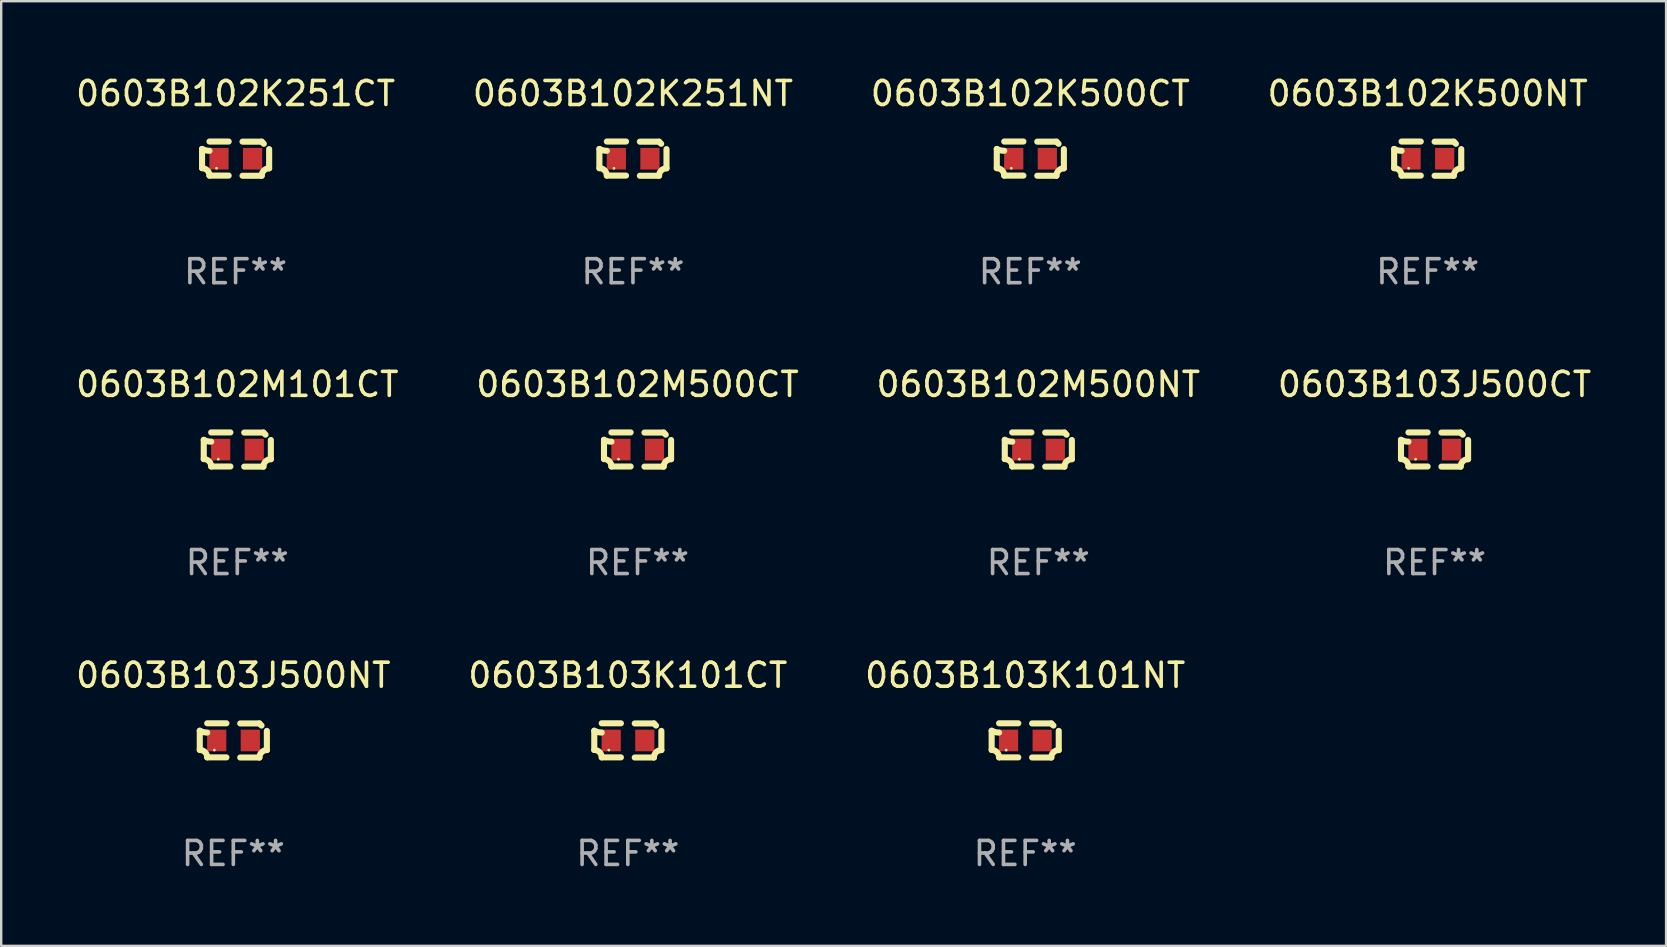
<source format=kicad_pcb>
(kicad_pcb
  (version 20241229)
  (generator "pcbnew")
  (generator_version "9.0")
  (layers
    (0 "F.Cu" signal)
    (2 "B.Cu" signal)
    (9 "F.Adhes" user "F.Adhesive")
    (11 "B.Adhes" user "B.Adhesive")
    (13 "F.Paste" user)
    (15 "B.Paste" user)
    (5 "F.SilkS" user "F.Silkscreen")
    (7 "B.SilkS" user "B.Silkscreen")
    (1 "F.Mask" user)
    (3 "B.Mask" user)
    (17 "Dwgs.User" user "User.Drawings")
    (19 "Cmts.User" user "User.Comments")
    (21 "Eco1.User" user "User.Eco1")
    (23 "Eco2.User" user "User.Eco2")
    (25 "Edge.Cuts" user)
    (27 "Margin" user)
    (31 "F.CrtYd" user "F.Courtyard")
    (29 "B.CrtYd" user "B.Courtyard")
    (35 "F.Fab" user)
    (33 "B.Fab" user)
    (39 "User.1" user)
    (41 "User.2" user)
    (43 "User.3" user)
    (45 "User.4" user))
  (footprint "0603B102K251NT"
    (layer "F.Cu")
    (at 23.327 3.561)
    (property "Reference" "0603B102K251NT" (at 0 -2.713 0) (layer "F.SilkS") (effects (font (size 1 1) (thickness 0.15))))
    (attr through_hole)
    (fp_line (start -1.398 -0.403) (end -1.398 0.397) (stroke (width 0.254) (type solid)) (layer "F.SilkS"))
    (fp_line (start -0.288 -0.713) (end -1.088 -0.713) (stroke (width 0.254) (type solid)) (layer "F.SilkS"))
    (fp_line (start -0.288 0.707) (end -1.088 0.707) (stroke (width 0.254) (type solid)) (layer "F.SilkS"))
    (fp_line (start 0.288 -0.707) (end 1.088 -0.707) (stroke (width 0.254) (type solid)) (layer "F.SilkS"))
    (fp_line (start 0.288 0.713) (end 1.088 0.713) (stroke (width 0.254) (type solid)) (layer "F.SilkS"))
    (fp_line (start 1.398 -0.397) (end 1.398 0.403) (stroke (width 0.254) (type solid)) (layer "F.SilkS"))
    (fp_arc (start -1.397789 0.397066) (mid -1.178701 0.487826) (end -1.08796 0.706922) (stroke (width 0.254001) (type solid)) (layer "F.SilkS"))
    (fp_arc (start -1.08796 -0.327176) (mid -1.247436 -0.346384) (end -1.39779 -0.402908) (stroke (width 0.254001) (type solid)) (layer "F.SilkS"))
    (fp_arc (start 1.087909 0.712738) (mid 1.178656 0.493655) (end 1.397739 0.402908) (stroke (width 0.254001) (type solid)) (layer "F.SilkS"))
    (fp_arc (start 1.175925 -0.618926) (mid 1.131917 -0.662923) (end 1.08791 -0.706922) (stroke (width 0.254001) (type solid)) (layer "F.SilkS"))
    (fp_circle (center -0.792 0.403) (end -0.762 0.403) (stroke (width 0.06) (type solid)) (fill no) (layer "F.SilkS"))
    (fp_text user "REF**" (at 0 4.713 0) (layer "F.Fab") (effects (font (size 1 1) (thickness 0.15))))
    (pad "1" smd rect (at -0.692 0.003) (size 0.8 0.9) (layers "F.Cu" "F.Mask" "F.Paste"))
    (pad "2" smd rect (at 0.708 0.003) (size 0.8 0.9) (layers "F.Cu" "F.Mask" "F.Paste")))
  (footprint "0603B102K500CT"
    (layer "F.Cu")
    (at 39.887 3.561)
    (property "Reference" "0603B102K500CT" (at 0 -2.713 0) (layer "F.SilkS") (effects (font (size 1 1) (thickness 0.15))))
    (attr through_hole)
    (fp_line (start -1.398 -0.403) (end -1.398 0.397) (stroke (width 0.254) (type solid)) (layer "F.SilkS"))
    (fp_line (start -0.288 -0.713) (end -1.088 -0.713) (stroke (width 0.254) (type solid)) (layer "F.SilkS"))
    (fp_line (start -0.288 0.707) (end -1.088 0.707) (stroke (width 0.254) (type solid)) (layer "F.SilkS"))
    (fp_line (start 0.288 -0.707) (end 1.088 -0.707) (stroke (width 0.254) (type solid)) (layer "F.SilkS"))
    (fp_line (start 0.288 0.713) (end 1.088 0.713) (stroke (width 0.254) (type solid)) (layer "F.SilkS"))
    (fp_line (start 1.398 -0.397) (end 1.398 0.403) (stroke (width 0.254) (type solid)) (layer "F.SilkS"))
    (fp_arc (start -1.397789 0.397066) (mid -1.178701 0.487826) (end -1.08796 0.706922) (stroke (width 0.254001) (type solid)) (layer "F.SilkS"))
    (fp_arc (start -1.08796 -0.327176) (mid -1.247436 -0.346384) (end -1.39779 -0.402908) (stroke (width 0.254001) (type solid)) (layer "F.SilkS"))
    (fp_arc (start 1.087909 0.712738) (mid 1.178656 0.493655) (end 1.397739 0.402908) (stroke (width 0.254001) (type solid)) (layer "F.SilkS"))
    (fp_arc (start 1.175925 -0.618926) (mid 1.131917 -0.662923) (end 1.08791 -0.706922) (stroke (width 0.254001) (type solid)) (layer "F.SilkS"))
    (fp_circle (center -0.792 0.403) (end -0.762 0.403) (stroke (width 0.06) (type solid)) (fill no) (layer "F.SilkS"))
    (fp_text user "REF**" (at 0 4.713 0) (layer "F.Fab") (effects (font (size 1 1) (thickness 0.15))))
    (pad "1" smd rect (at -0.692 0.003) (size 0.8 0.9) (layers "F.Cu" "F.Mask" "F.Paste"))
    (pad "2" smd rect (at 0.708 0.003) (size 0.8 0.9) (layers "F.Cu" "F.Mask" "F.Paste")))
  (footprint "0603B103K101CT"
    (layer "F.Cu")
    (at 23.113 27.805)
    (property "Reference" "0603B103K101CT" (at 0 -2.713 0) (layer "F.SilkS") (effects (font (size 1 1) (thickness 0.15))))
    (attr through_hole)
    (fp_line (start -1.398 -0.403) (end -1.398 0.397) (stroke (width 0.254) (type solid)) (layer "F.SilkS"))
    (fp_line (start -0.288 -0.713) (end -1.088 -0.713) (stroke (width 0.254) (type solid)) (layer "F.SilkS"))
    (fp_line (start -0.288 0.707) (end -1.088 0.707) (stroke (width 0.254) (type solid)) (layer "F.SilkS"))
    (fp_line (start 0.288 -0.707) (end 1.088 -0.707) (stroke (width 0.254) (type solid)) (layer "F.SilkS"))
    (fp_line (start 0.288 0.713) (end 1.088 0.713) (stroke (width 0.254) (type solid)) (layer "F.SilkS"))
    (fp_line (start 1.398 -0.397) (end 1.398 0.403) (stroke (width 0.254) (type solid)) (layer "F.SilkS"))
    (fp_arc (start -1.397789 0.397066) (mid -1.178701 0.487826) (end -1.08796 0.706922) (stroke (width 0.254001) (type solid)) (layer "F.SilkS"))
    (fp_arc (start -1.08796 -0.327176) (mid -1.247436 -0.346384) (end -1.39779 -0.402908) (stroke (width 0.254001) (type solid)) (layer "F.SilkS"))
    (fp_arc (start 1.087909 0.712738) (mid 1.178656 0.493655) (end 1.397739 0.402908) (stroke (width 0.254001) (type solid)) (layer "F.SilkS"))
    (fp_arc (start 1.175925 -0.618926) (mid 1.131917 -0.662923) (end 1.08791 -0.706922) (stroke (width 0.254001) (type solid)) (layer "F.SilkS"))
    (fp_circle (center -0.792 0.403) (end -0.762 0.403) (stroke (width 0.06) (type solid)) (fill no) (layer "F.SilkS"))
    (fp_text user "REF**" (at 0 4.713 0) (layer "F.Fab") (effects (font (size 1 1) (thickness 0.15))))
    (pad "1" smd rect (at -0.692 0.003) (size 0.8 0.9) (layers "F.Cu" "F.Mask" "F.Paste"))
    (pad "2" smd rect (at 0.708 0.003) (size 0.8 0.9) (layers "F.Cu" "F.Mask" "F.Paste")))
  (footprint "0603B103K101NT"
    (layer "F.Cu")
    (at 39.673 27.805)
    (property "Reference" "0603B103K101NT" (at 0 -2.713 0) (layer "F.SilkS") (effects (font (size 1 1) (thickness 0.15))))
    (attr through_hole)
    (fp_line (start -1.398 -0.403) (end -1.398 0.397) (stroke (width 0.254) (type solid)) (layer "F.SilkS"))
    (fp_line (start -0.288 -0.713) (end -1.088 -0.713) (stroke (width 0.254) (type solid)) (layer "F.SilkS"))
    (fp_line (start -0.288 0.707) (end -1.088 0.707) (stroke (width 0.254) (type solid)) (layer "F.SilkS"))
    (fp_line (start 0.288 -0.707) (end 1.088 -0.707) (stroke (width 0.254) (type solid)) (layer "F.SilkS"))
    (fp_line (start 0.288 0.713) (end 1.088 0.713) (stroke (width 0.254) (type solid)) (layer "F.SilkS"))
    (fp_line (start 1.398 -0.397) (end 1.398 0.403) (stroke (width 0.254) (type solid)) (layer "F.SilkS"))
    (fp_arc (start -1.397789 0.397066) (mid -1.178701 0.487826) (end -1.08796 0.706922) (stroke (width 0.254001) (type solid)) (layer "F.SilkS"))
    (fp_arc (start -1.08796 -0.327176) (mid -1.247436 -0.346384) (end -1.39779 -0.402908) (stroke (width 0.254001) (type solid)) (layer "F.SilkS"))
    (fp_arc (start 1.087909 0.712738) (mid 1.178656 0.493655) (end 1.397739 0.402908) (stroke (width 0.254001) (type solid)) (layer "F.SilkS"))
    (fp_arc (start 1.175925 -0.618926) (mid 1.131917 -0.662923) (end 1.08791 -0.706922) (stroke (width 0.254001) (type solid)) (layer "F.SilkS"))
    (fp_circle (center -0.792 0.403) (end -0.762 0.403) (stroke (width 0.06) (type solid)) (fill no) (layer "F.SilkS"))
    (fp_text user "REF**" (at 0 4.713 0) (layer "F.Fab") (effects (font (size 1 1) (thickness 0.15))))
    (pad "1" smd rect (at -0.692 0.003) (size 0.8 0.9) (layers "F.Cu" "F.Mask" "F.Paste"))
    (pad "2" smd rect (at 0.708 0.003) (size 0.8 0.9) (layers "F.Cu" "F.Mask" "F.Paste")))
  (footprint "0603B102M500NT"
    (layer "F.Cu")
    (at 40.22 15.683)
    (property "Reference" "0603B102M500NT" (at 0 -2.713 0) (layer "F.SilkS") (effects (font (size 1 1) (thickness 0.15))))
    (attr through_hole)
    (fp_line (start -1.398 -0.403) (end -1.398 0.397) (stroke (width 0.254) (type solid)) (layer "F.SilkS"))
    (fp_line (start -0.288 -0.713) (end -1.088 -0.713) (stroke (width 0.254) (type solid)) (layer "F.SilkS"))
    (fp_line (start -0.288 0.707) (end -1.088 0.707) (stroke (width 0.254) (type solid)) (layer "F.SilkS"))
    (fp_line (start 0.288 -0.707) (end 1.088 -0.707) (stroke (width 0.254) (type solid)) (layer "F.SilkS"))
    (fp_line (start 0.288 0.713) (end 1.088 0.713) (stroke (width 0.254) (type solid)) (layer "F.SilkS"))
    (fp_line (start 1.398 -0.397) (end 1.398 0.403) (stroke (width 0.254) (type solid)) (layer "F.SilkS"))
    (fp_arc (start -1.397789 0.397066) (mid -1.178701 0.487826) (end -1.08796 0.706922) (stroke (width 0.254001) (type solid)) (layer "F.SilkS"))
    (fp_arc (start -1.08796 -0.327176) (mid -1.247436 -0.346384) (end -1.39779 -0.402908) (stroke (width 0.254001) (type solid)) (layer "F.SilkS"))
    (fp_arc (start 1.087909 0.712738) (mid 1.178656 0.493655) (end 1.397739 0.402908) (stroke (width 0.254001) (type solid)) (layer "F.SilkS"))
    (fp_arc (start 1.175925 -0.618926) (mid 1.131917 -0.662923) (end 1.08791 -0.706922) (stroke (width 0.254001) (type solid)) (layer "F.SilkS"))
    (fp_circle (center -0.792 0.403) (end -0.762 0.403) (stroke (width 0.06) (type solid)) (fill no) (layer "F.SilkS"))
    (fp_text user "REF**" (at 0 4.713 0) (layer "F.Fab") (effects (font (size 1 1) (thickness 0.15))))
    (pad "1" smd rect (at -0.692 0.003) (size 0.8 0.9) (layers "F.Cu" "F.Mask" "F.Paste"))
    (pad "2" smd rect (at 0.708 0.003) (size 0.8 0.9) (layers "F.Cu" "F.Mask" "F.Paste")))
  (footprint "0603B103J500CT"
    (layer "F.Cu")
    (at 56.732 15.683)
    (property "Reference" "0603B103J500CT" (at 0 -2.713 0) (layer "F.SilkS") (effects (font (size 1 1) (thickness 0.15))))
    (attr through_hole)
    (fp_line (start -1.398 -0.403) (end -1.398 0.397) (stroke (width 0.254) (type solid)) (layer "F.SilkS"))
    (fp_line (start -0.288 -0.713) (end -1.088 -0.713) (stroke (width 0.254) (type solid)) (layer "F.SilkS"))
    (fp_line (start -0.288 0.707) (end -1.088 0.707) (stroke (width 0.254) (type solid)) (layer "F.SilkS"))
    (fp_line (start 0.288 -0.707) (end 1.088 -0.707) (stroke (width 0.254) (type solid)) (layer "F.SilkS"))
    (fp_line (start 0.288 0.713) (end 1.088 0.713) (stroke (width 0.254) (type solid)) (layer "F.SilkS"))
    (fp_line (start 1.398 -0.397) (end 1.398 0.403) (stroke (width 0.254) (type solid)) (layer "F.SilkS"))
    (fp_arc (start -1.397789 0.397066) (mid -1.178701 0.487826) (end -1.08796 0.706922) (stroke (width 0.254001) (type solid)) (layer "F.SilkS"))
    (fp_arc (start -1.08796 -0.327176) (mid -1.247436 -0.346384) (end -1.39779 -0.402908) (stroke (width 0.254001) (type solid)) (layer "F.SilkS"))
    (fp_arc (start 1.087909 0.712738) (mid 1.178656 0.493655) (end 1.397739 0.402908) (stroke (width 0.254001) (type solid)) (layer "F.SilkS"))
    (fp_arc (start 1.175925 -0.618926) (mid 1.131917 -0.662923) (end 1.08791 -0.706922) (stroke (width 0.254001) (type solid)) (layer "F.SilkS"))
    (fp_circle (center -0.792 0.403) (end -0.762 0.403) (stroke (width 0.06) (type solid)) (fill no) (layer "F.SilkS"))
    (fp_text user "REF**" (at 0 4.713 0) (layer "F.Fab") (effects (font (size 1 1) (thickness 0.15))))
    (pad "1" smd rect (at -0.692 0.003) (size 0.8 0.9) (layers "F.Cu" "F.Mask" "F.Paste"))
    (pad "2" smd rect (at 0.708 0.003) (size 0.8 0.9) (layers "F.Cu" "F.Mask" "F.Paste")))
  (footprint "0603B102M101CT"
    (layer "F.Cu")
    (at 6.839 15.683)
    (property "Reference" "0603B102M101CT" (at 0 -2.713 0) (layer "F.SilkS") (effects (font (size 1 1) (thickness 0.15))))
    (attr through_hole)
    (fp_line (start -1.398 -0.403) (end -1.398 0.397) (stroke (width 0.254) (type solid)) (layer "F.SilkS"))
    (fp_line (start -0.288 -0.713) (end -1.088 -0.713) (stroke (width 0.254) (type solid)) (layer "F.SilkS"))
    (fp_line (start -0.288 0.707) (end -1.088 0.707) (stroke (width 0.254) (type solid)) (layer "F.SilkS"))
    (fp_line (start 0.288 -0.707) (end 1.088 -0.707) (stroke (width 0.254) (type solid)) (layer "F.SilkS"))
    (fp_line (start 0.288 0.713) (end 1.088 0.713) (stroke (width 0.254) (type solid)) (layer "F.SilkS"))
    (fp_line (start 1.398 -0.397) (end 1.398 0.403) (stroke (width 0.254) (type solid)) (layer "F.SilkS"))
    (fp_arc (start -1.397789 0.397066) (mid -1.178701 0.487826) (end -1.08796 0.706922) (stroke (width 0.254001) (type solid)) (layer "F.SilkS"))
    (fp_arc (start -1.08796 -0.327176) (mid -1.247436 -0.346384) (end -1.39779 -0.402908) (stroke (width 0.254001) (type solid)) (layer "F.SilkS"))
    (fp_arc (start 1.087909 0.712738) (mid 1.178656 0.493655) (end 1.397739 0.402908) (stroke (width 0.254001) (type solid)) (layer "F.SilkS"))
    (fp_arc (start 1.175925 -0.618926) (mid 1.131917 -0.662923) (end 1.08791 -0.706922) (stroke (width 0.254001) (type solid)) (layer "F.SilkS"))
    (fp_circle (center -0.792 0.403) (end -0.762 0.403) (stroke (width 0.06) (type solid)) (fill no) (layer "F.SilkS"))
    (fp_text user "REF**" (at 0 4.713 0) (layer "F.Fab") (effects (font (size 1 1) (thickness 0.15))))
    (pad "1" smd rect (at -0.692 0.003) (size 0.8 0.9) (layers "F.Cu" "F.Mask" "F.Paste"))
    (pad "2" smd rect (at 0.708 0.003) (size 0.8 0.9) (layers "F.Cu" "F.Mask" "F.Paste")))
  (footprint "0603B102K251CT"
    (layer "F.Cu")
    (at 6.768 3.561)
    (property "Reference" "0603B102K251CT" (at 0 -2.713 0) (layer "F.SilkS") (effects (font (size 1 1) (thickness 0.15))))
    (attr through_hole)
    (fp_line (start -1.398 -0.403) (end -1.398 0.397) (stroke (width 0.254) (type solid)) (layer "F.SilkS"))
    (fp_line (start -0.288 -0.713) (end -1.088 -0.713) (stroke (width 0.254) (type solid)) (layer "F.SilkS"))
    (fp_line (start -0.288 0.707) (end -1.088 0.707) (stroke (width 0.254) (type solid)) (layer "F.SilkS"))
    (fp_line (start 0.288 -0.707) (end 1.088 -0.707) (stroke (width 0.254) (type solid)) (layer "F.SilkS"))
    (fp_line (start 0.288 0.713) (end 1.088 0.713) (stroke (width 0.254) (type solid)) (layer "F.SilkS"))
    (fp_line (start 1.398 -0.397) (end 1.398 0.403) (stroke (width 0.254) (type solid)) (layer "F.SilkS"))
    (fp_arc (start -1.397789 0.397066) (mid -1.178701 0.487826) (end -1.08796 0.706922) (stroke (width 0.254001) (type solid)) (layer "F.SilkS"))
    (fp_arc (start -1.08796 -0.327176) (mid -1.247436 -0.346384) (end -1.39779 -0.402908) (stroke (width 0.254001) (type solid)) (layer "F.SilkS"))
    (fp_arc (start 1.087909 0.712738) (mid 1.178656 0.493655) (end 1.397739 0.402908) (stroke (width 0.254001) (type solid)) (layer "F.SilkS"))
    (fp_arc (start 1.175925 -0.618926) (mid 1.131917 -0.662923) (end 1.08791 -0.706922) (stroke (width 0.254001) (type solid)) (layer "F.SilkS"))
    (fp_circle (center -0.792 0.403) (end -0.762 0.403) (stroke (width 0.06) (type solid)) (fill no) (layer "F.SilkS"))
    (fp_text user "REF**" (at 0 4.713 0) (layer "F.Fab") (effects (font (size 1 1) (thickness 0.15))))
    (pad "1" smd rect (at -0.692 0.003) (size 0.8 0.9) (layers "F.Cu" "F.Mask" "F.Paste"))
    (pad "2" smd rect (at 0.708 0.003) (size 0.8 0.9) (layers "F.Cu" "F.Mask" "F.Paste")))
  (footprint "0603B102M500CT"
    (layer "F.Cu")
    (at 23.518 15.683)
    (property "Reference" "0603B102M500CT" (at 0 -2.713 0) (layer "F.SilkS") (effects (font (size 1 1) (thickness 0.15))))
    (attr through_hole)
    (fp_line (start -1.398 -0.403) (end -1.398 0.397) (stroke (width 0.254) (type solid)) (layer "F.SilkS"))
    (fp_line (start -0.288 -0.713) (end -1.088 -0.713) (stroke (width 0.254) (type solid)) (layer "F.SilkS"))
    (fp_line (start -0.288 0.707) (end -1.088 0.707) (stroke (width 0.254) (type solid)) (layer "F.SilkS"))
    (fp_line (start 0.288 -0.707) (end 1.088 -0.707) (stroke (width 0.254) (type solid)) (layer "F.SilkS"))
    (fp_line (start 0.288 0.713) (end 1.088 0.713) (stroke (width 0.254) (type solid)) (layer "F.SilkS"))
    (fp_line (start 1.398 -0.397) (end 1.398 0.403) (stroke (width 0.254) (type solid)) (layer "F.SilkS"))
    (fp_arc (start -1.397789 0.397066) (mid -1.178701 0.487826) (end -1.08796 0.706922) (stroke (width 0.254001) (type solid)) (layer "F.SilkS"))
    (fp_arc (start -1.08796 -0.327176) (mid -1.247436 -0.346384) (end -1.39779 -0.402908) (stroke (width 0.254001) (type solid)) (layer "F.SilkS"))
    (fp_arc (start 1.087909 0.712738) (mid 1.178656 0.493655) (end 1.397739 0.402908) (stroke (width 0.254001) (type solid)) (layer "F.SilkS"))
    (fp_arc (start 1.175925 -0.618926) (mid 1.131917 -0.662923) (end 1.08791 -0.706922) (stroke (width 0.254001) (type solid)) (layer "F.SilkS"))
    (fp_circle (center -0.792 0.403) (end -0.762 0.403) (stroke (width 0.06) (type solid)) (fill no) (layer "F.SilkS"))
    (fp_text user "REF**" (at 0 4.713 0) (layer "F.Fab") (effects (font (size 1 1) (thickness 0.15))))
    (pad "1" smd rect (at -0.692 0.003) (size 0.8 0.9) (layers "F.Cu" "F.Mask" "F.Paste"))
    (pad "2" smd rect (at 0.708 0.003) (size 0.8 0.9) (layers "F.Cu" "F.Mask" "F.Paste")))
  (footprint "0603B103J500NT"
    (layer "F.Cu")
    (at 6.673 27.805)
    (property "Reference" "0603B103J500NT" (at 0 -2.713 0) (layer "F.SilkS") (effects (font (size 1 1) (thickness 0.15))))
    (attr through_hole)
    (fp_line (start -1.398 -0.403) (end -1.398 0.397) (stroke (width 0.254) (type solid)) (layer "F.SilkS"))
    (fp_line (start -0.288 -0.713) (end -1.088 -0.713) (stroke (width 0.254) (type solid)) (layer "F.SilkS"))
    (fp_line (start -0.288 0.707) (end -1.088 0.707) (stroke (width 0.254) (type solid)) (layer "F.SilkS"))
    (fp_line (start 0.288 -0.707) (end 1.088 -0.707) (stroke (width 0.254) (type solid)) (layer "F.SilkS"))
    (fp_line (start 0.288 0.713) (end 1.088 0.713) (stroke (width 0.254) (type solid)) (layer "F.SilkS"))
    (fp_line (start 1.398 -0.397) (end 1.398 0.403) (stroke (width 0.254) (type solid)) (layer "F.SilkS"))
    (fp_arc (start -1.397789 0.397066) (mid -1.178701 0.487826) (end -1.08796 0.706922) (stroke (width 0.254001) (type solid)) (layer "F.SilkS"))
    (fp_arc (start -1.08796 -0.327176) (mid -1.247436 -0.346384) (end -1.39779 -0.402908) (stroke (width 0.254001) (type solid)) (layer "F.SilkS"))
    (fp_arc (start 1.087909 0.712738) (mid 1.178656 0.493655) (end 1.397739 0.402908) (stroke (width 0.254001) (type solid)) (layer "F.SilkS"))
    (fp_arc (start 1.175925 -0.618926) (mid 1.131917 -0.662923) (end 1.08791 -0.706922) (stroke (width 0.254001) (type solid)) (layer "F.SilkS"))
    (fp_circle (center -0.792 0.403) (end -0.762 0.403) (stroke (width 0.06) (type solid)) (fill no) (layer "F.SilkS"))
    (fp_text user "REF**" (at 0 4.713 0) (layer "F.Fab") (effects (font (size 1 1) (thickness 0.15))))
    (pad "1" smd rect (at -0.692 0.003) (size 0.8 0.9) (layers "F.Cu" "F.Mask" "F.Paste"))
    (pad "2" smd rect (at 0.708 0.003) (size 0.8 0.9) (layers "F.Cu" "F.Mask" "F.Paste")))
  (footprint "0603B102K500NT"
    (layer "F.Cu")
    (at 56.446 3.561)
    (property "Reference" "0603B102K500NT" (at 0 -2.713 0) (layer "F.SilkS") (effects (font (size 1 1) (thickness 0.15))))
    (attr through_hole)
    (fp_line (start -1.398 -0.403) (end -1.398 0.397) (stroke (width 0.254) (type solid)) (layer "F.SilkS"))
    (fp_line (start -0.288 -0.713) (end -1.088 -0.713) (stroke (width 0.254) (type solid)) (layer "F.SilkS"))
    (fp_line (start -0.288 0.707) (end -1.088 0.707) (stroke (width 0.254) (type solid)) (layer "F.SilkS"))
    (fp_line (start 0.288 -0.707) (end 1.088 -0.707) (stroke (width 0.254) (type solid)) (layer "F.SilkS"))
    (fp_line (start 0.288 0.713) (end 1.088 0.713) (stroke (width 0.254) (type solid)) (layer "F.SilkS"))
    (fp_line (start 1.398 -0.397) (end 1.398 0.403) (stroke (width 0.254) (type solid)) (layer "F.SilkS"))
    (fp_arc (start -1.397789 0.397066) (mid -1.178701 0.487826) (end -1.08796 0.706922) (stroke (width 0.254001) (type solid)) (layer "F.SilkS"))
    (fp_arc (start -1.08796 -0.327176) (mid -1.247436 -0.346384) (end -1.39779 -0.402908) (stroke (width 0.254001) (type solid)) (layer "F.SilkS"))
    (fp_arc (start 1.087909 0.712738) (mid 1.178656 0.493655) (end 1.397739 0.402908) (stroke (width 0.254001) (type solid)) (layer "F.SilkS"))
    (fp_arc (start 1.175925 -0.618926) (mid 1.131917 -0.662923) (end 1.08791 -0.706922) (stroke (width 0.254001) (type solid)) (layer "F.SilkS"))
    (fp_circle (center -0.792 0.403) (end -0.762 0.403) (stroke (width 0.06) (type solid)) (fill no) (layer "F.SilkS"))
    (fp_text user "REF**" (at 0 4.713 0) (layer "F.Fab") (effects (font (size 1 1) (thickness 0.15))))
    (pad "1" smd rect (at -0.692 0.003) (size 0.8 0.9) (layers "F.Cu" "F.Mask" "F.Paste"))
    (pad "2" smd rect (at 0.708 0.003) (size 0.8 0.9) (layers "F.Cu" "F.Mask" "F.Paste")))
  (gr_rect
    (start -3 -3)
    (end 66.381 36.366)
    (stroke (width 0.1) (type default))
    (fill no)
    (layer "Edge.Cuts")))
</source>
